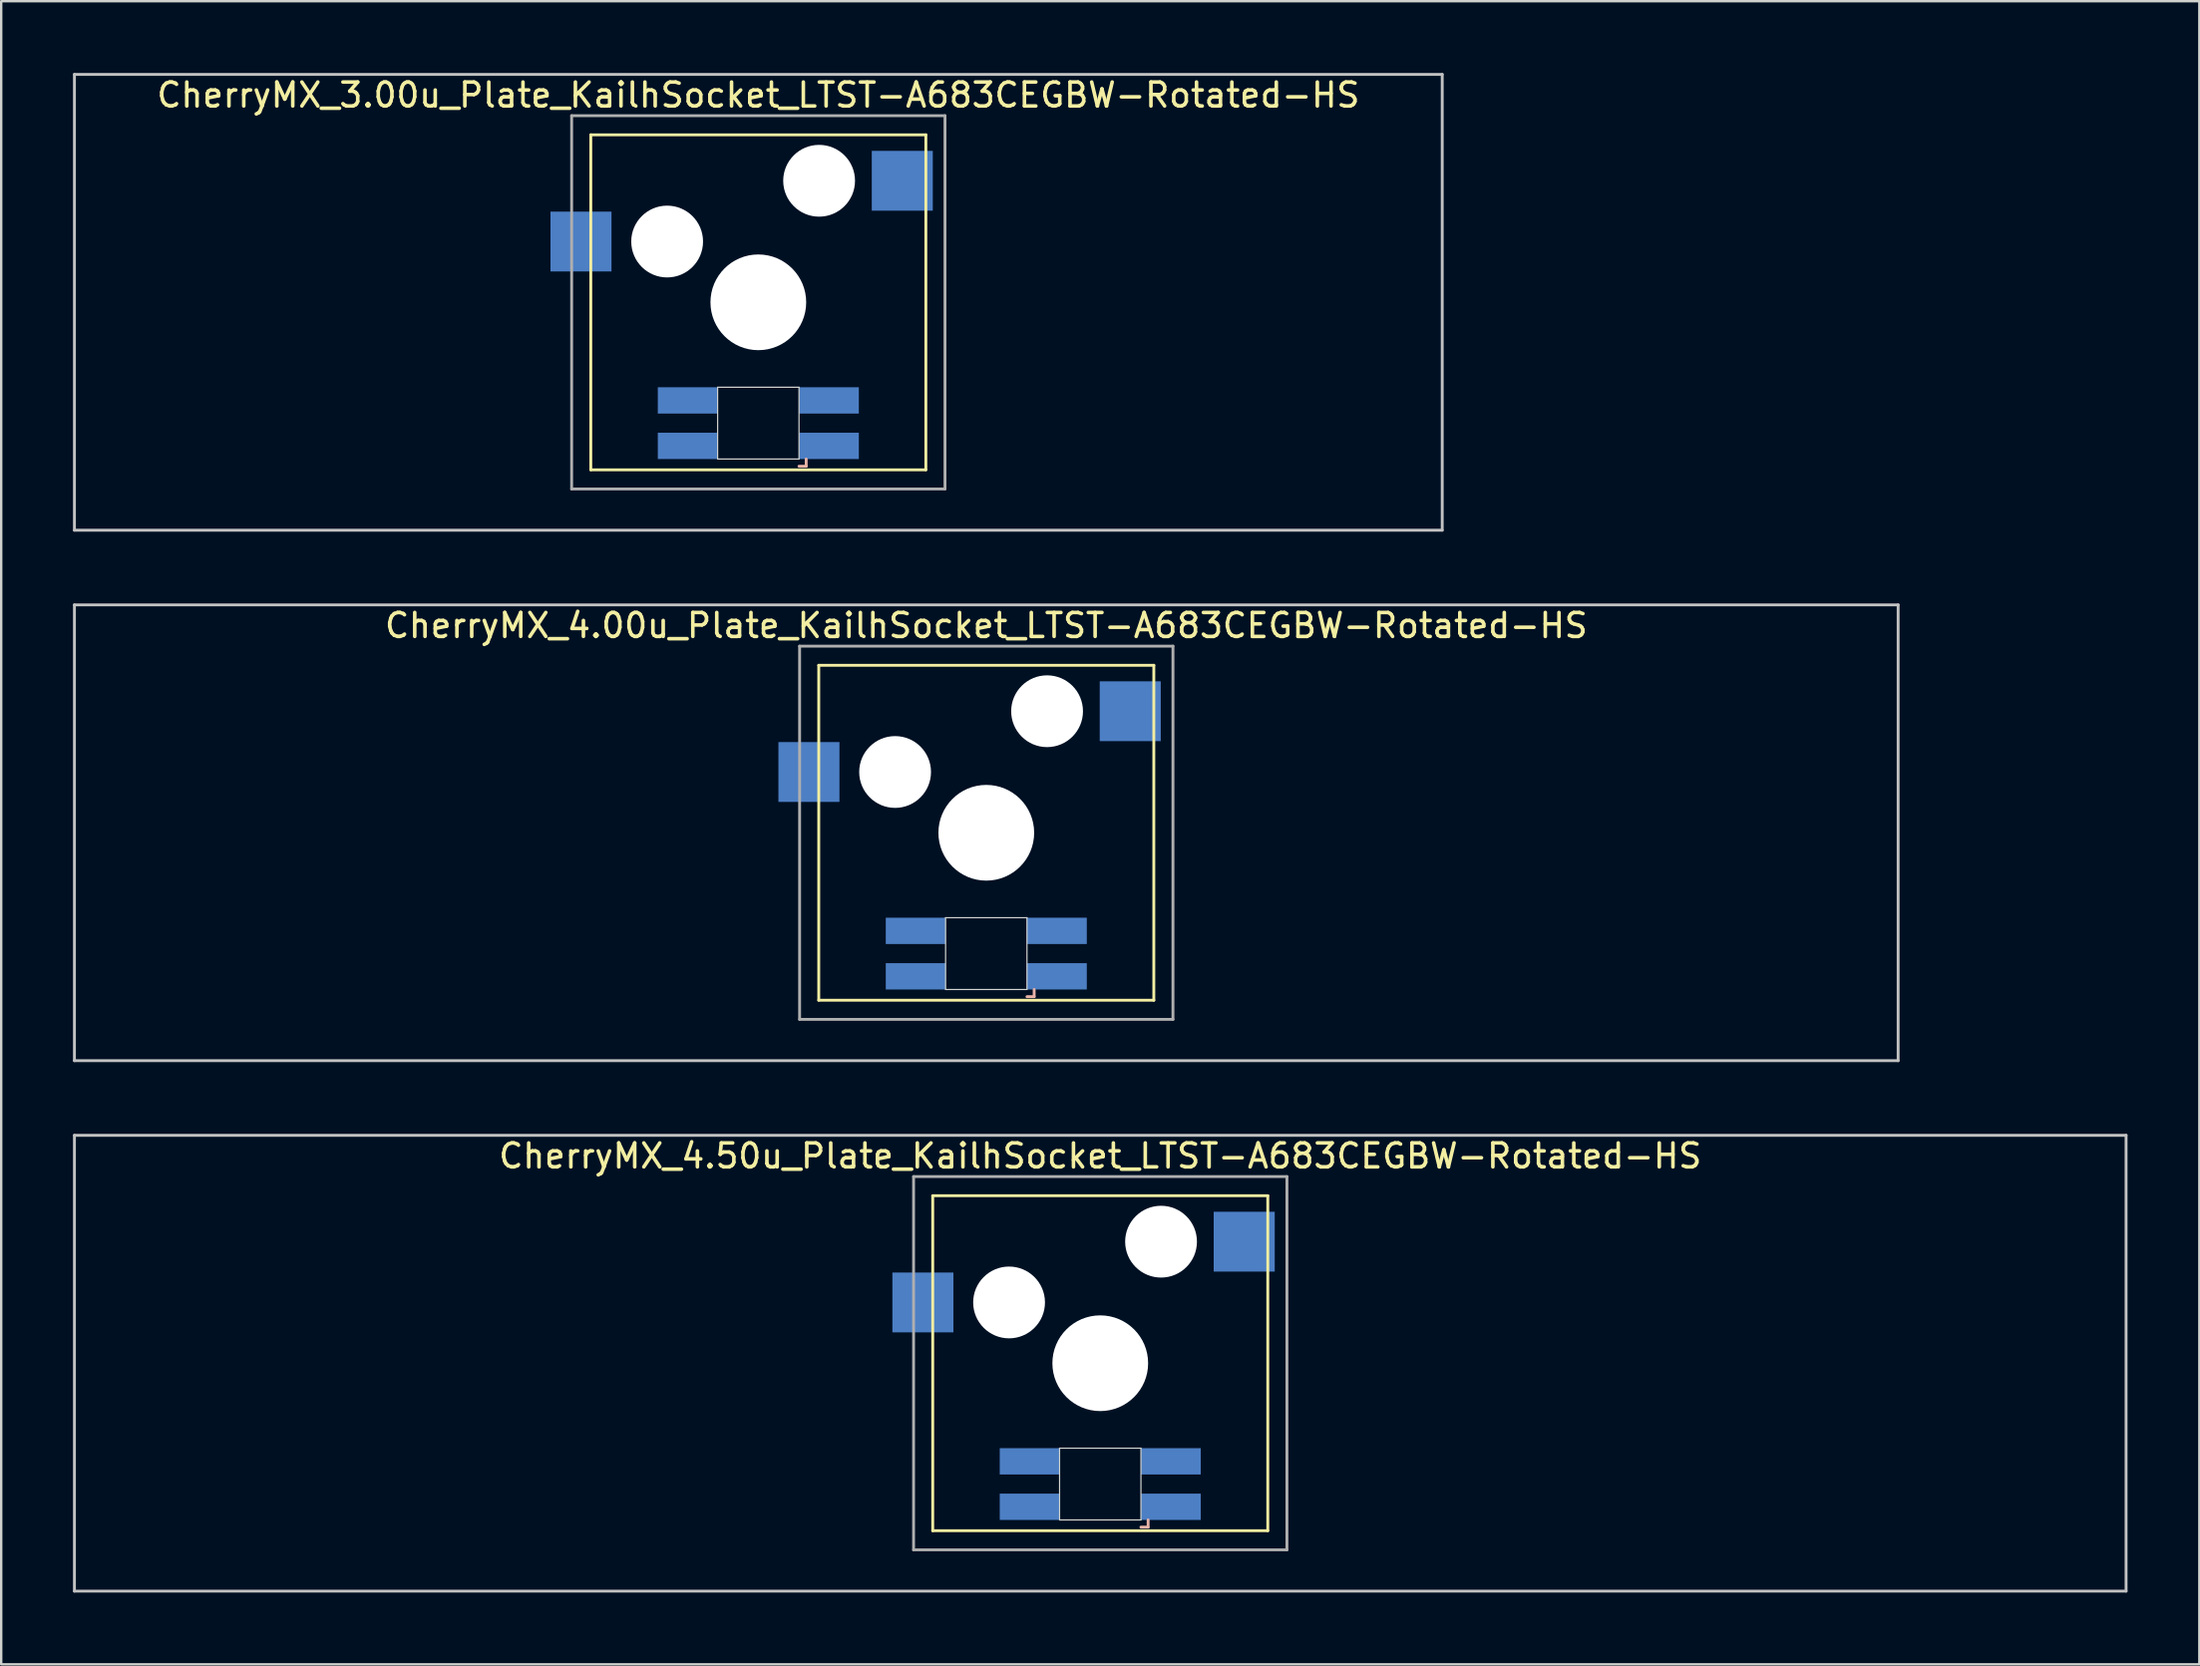
<source format=kicad_pcb>
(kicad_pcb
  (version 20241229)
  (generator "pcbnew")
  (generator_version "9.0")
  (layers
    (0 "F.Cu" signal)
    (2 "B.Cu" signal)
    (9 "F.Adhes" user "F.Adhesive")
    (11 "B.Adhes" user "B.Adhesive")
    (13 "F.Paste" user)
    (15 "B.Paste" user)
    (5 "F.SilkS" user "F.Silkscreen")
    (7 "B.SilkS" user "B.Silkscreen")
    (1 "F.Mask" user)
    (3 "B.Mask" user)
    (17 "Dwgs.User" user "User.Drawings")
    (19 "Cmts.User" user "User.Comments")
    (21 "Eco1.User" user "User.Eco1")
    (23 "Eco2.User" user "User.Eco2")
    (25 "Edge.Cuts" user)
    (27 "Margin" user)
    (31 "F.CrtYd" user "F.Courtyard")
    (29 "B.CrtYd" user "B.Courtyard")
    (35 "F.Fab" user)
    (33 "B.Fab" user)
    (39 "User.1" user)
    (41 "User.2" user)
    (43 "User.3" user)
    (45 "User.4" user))
  (footprint "CherryMX_3.00u_Plate_KailhSocket_LTST-A683CEGBW-Rotated-HS"
    (layer "F.Cu")
    (at 28.635 9.585)
    (property "Reference" "CherryMX_3.00u_Plate_KailhSocket_LTST-A683CEGBW-Rotated-HS" (at 0 -8.662 0) (layer "F.SilkS") (effects (font (size 1 1) (thickness 0.15))))
    (attr through_hole)
    (fp_line (start -7 -7) (end -7 7) (stroke (width 0.12) (type solid)) (layer "F.SilkS"))
    (fp_line (start -7 -7) (end 7 -7) (stroke (width 0.12) (type solid)) (layer "F.SilkS"))
    (fp_line (start 7 -7) (end 7 7) (stroke (width 0.12) (type solid)) (layer "F.SilkS"))
    (fp_line (start 7 7) (end -7 7) (stroke (width 0.12) (type solid)) (layer "F.SilkS"))
    (fp_line (start 1.7 6.85) (end 2 6.85) (stroke (width 0.12) (type solid)) (layer "B.SilkS"))
    (fp_line (start 2 6.85) (end 2 6.55) (stroke (width 0.12) (type solid)) (layer "B.SilkS"))
    (fp_line (start -28.575 -9.525) (end 28.575 -9.525) (stroke (width 0.12) (type solid)) (layer "Dwgs.User"))
    (fp_line (start -28.575 9.525) (end -28.575 -9.525) (stroke (width 0.12) (type solid)) (layer "Dwgs.User"))
    (fp_line (start 28.575 -9.525) (end 28.575 9.525) (stroke (width 0.12) (type solid)) (layer "Dwgs.User"))
    (fp_line (start 28.575 9.525) (end -28.575 9.525) (stroke (width 0.12) (type solid)) (layer "Dwgs.User"))
    (fp_line (start -1.7 3.55) (end 1.7 3.55) (stroke (width 0.05) (type solid)) (layer "Edge.Cuts"))
    (fp_line (start -1.7 6.55) (end -1.7 3.55) (stroke (width 0.05) (type solid)) (layer "Edge.Cuts"))
    (fp_line (start 1.7 3.55) (end 1.7 6.55) (stroke (width 0.05) (type solid)) (layer "Edge.Cuts"))
    (fp_line (start 1.7 6.55) (end -1.7 6.55) (stroke (width 0.05) (type solid)) (layer "Edge.Cuts"))
    (fp_line (start -7.8 -7.8) (end -7.8 7.8) (stroke (width 0.12) (type solid)) (layer "F.Fab"))
    (fp_line (start -7.8 -7.8) (end 7.8 -7.8) (stroke (width 0.12) (type solid)) (layer "F.Fab"))
    (fp_line (start -7.8 7.8) (end 7.8 7.8) (stroke (width 0.12) (type solid)) (layer "F.Fab"))
    (fp_line (start 7.8 -7.8) (end 7.8 7.8) (stroke (width 0.12) (type solid)) (layer "F.Fab"))
    (pad "" np_thru_hole circle (at -3.81 -2.54) (size 3 3) (drill 3) (layers "*.Cu" "*.Mask"))
    (pad "" np_thru_hole circle (at 0 0) (size 4 4) (drill 4) (layers "*.Cu" "*.Mask"))
    (pad "" np_thru_hole circle (at 2.54 -5.08) (size 3 3) (drill 3) (layers "*.Cu" "*.Mask"))
    (pad "1" smd rect (at -7.41 -2.54) (size 2.55 2.5) (layers "B.Cu" "B.Mask" "B.Paste"))
    (pad "2" smd rect (at 6.015 -5.08) (size 2.55 2.5) (layers "B.Cu" "B.Mask" "B.Paste"))
    (pad "3" smd rect (at 2.95 6) (size 2.5 1.1) (layers "B.Cu" "B.Mask" "B.Paste"))
    (pad "4" smd rect (at 2.95 4.1) (size 2.5 1.1) (layers "B.Cu" "B.Mask" "B.Paste"))
    (pad "5" smd rect (at -2.95 6) (size 2.5 1.1) (layers "B.Cu" "B.Mask" "B.Paste"))
    (pad "6" smd rect (at -2.95 4.1) (size 2.5 1.1) (layers "B.Cu" "B.Mask" "B.Paste")))
  (footprint "CherryMX_4.00u_Plate_KailhSocket_LTST-A683CEGBW-Rotated-HS"
    (layer "F.Cu")
    (at 38.16 31.755)
    (property "Reference" "CherryMX_4.00u_Plate_KailhSocket_LTST-A683CEGBW-Rotated-HS" (at 0 -8.662 0) (layer "F.SilkS") (effects (font (size 1 1) (thickness 0.15))))
    (attr through_hole)
    (fp_line (start -7 -7) (end -7 7) (stroke (width 0.12) (type solid)) (layer "F.SilkS"))
    (fp_line (start -7 -7) (end 7 -7) (stroke (width 0.12) (type solid)) (layer "F.SilkS"))
    (fp_line (start 7 -7) (end 7 7) (stroke (width 0.12) (type solid)) (layer "F.SilkS"))
    (fp_line (start 7 7) (end -7 7) (stroke (width 0.12) (type solid)) (layer "F.SilkS"))
    (fp_line (start 1.7 6.85) (end 2 6.85) (stroke (width 0.12) (type solid)) (layer "B.SilkS"))
    (fp_line (start 2 6.85) (end 2 6.55) (stroke (width 0.12) (type solid)) (layer "B.SilkS"))
    (fp_line (start -38.1 -9.525) (end 38.1 -9.525) (stroke (width 0.12) (type solid)) (layer "Dwgs.User"))
    (fp_line (start -38.1 9.525) (end -38.1 -9.525) (stroke (width 0.12) (type solid)) (layer "Dwgs.User"))
    (fp_line (start 38.1 -9.525) (end 38.1 9.525) (stroke (width 0.12) (type solid)) (layer "Dwgs.User"))
    (fp_line (start 38.1 9.525) (end -38.1 9.525) (stroke (width 0.12) (type solid)) (layer "Dwgs.User"))
    (fp_line (start -1.7 3.55) (end 1.7 3.55) (stroke (width 0.05) (type solid)) (layer "Edge.Cuts"))
    (fp_line (start -1.7 6.55) (end -1.7 3.55) (stroke (width 0.05) (type solid)) (layer "Edge.Cuts"))
    (fp_line (start 1.7 3.55) (end 1.7 6.55) (stroke (width 0.05) (type solid)) (layer "Edge.Cuts"))
    (fp_line (start 1.7 6.55) (end -1.7 6.55) (stroke (width 0.05) (type solid)) (layer "Edge.Cuts"))
    (fp_line (start -7.8 -7.8) (end -7.8 7.8) (stroke (width 0.12) (type solid)) (layer "F.Fab"))
    (fp_line (start -7.8 -7.8) (end 7.8 -7.8) (stroke (width 0.12) (type solid)) (layer "F.Fab"))
    (fp_line (start -7.8 7.8) (end 7.8 7.8) (stroke (width 0.12) (type solid)) (layer "F.Fab"))
    (fp_line (start 7.8 -7.8) (end 7.8 7.8) (stroke (width 0.12) (type solid)) (layer "F.Fab"))
    (pad "" np_thru_hole circle (at -3.81 -2.54) (size 3 3) (drill 3) (layers "*.Cu" "*.Mask"))
    (pad "" np_thru_hole circle (at 0 0) (size 4 4) (drill 4) (layers "*.Cu" "*.Mask"))
    (pad "" np_thru_hole circle (at 2.54 -5.08) (size 3 3) (drill 3) (layers "*.Cu" "*.Mask"))
    (pad "1" smd rect (at -7.41 -2.54) (size 2.55 2.5) (layers "B.Cu" "B.Mask" "B.Paste"))
    (pad "2" smd rect (at 6.015 -5.08) (size 2.55 2.5) (layers "B.Cu" "B.Mask" "B.Paste"))
    (pad "3" smd rect (at 2.95 6) (size 2.5 1.1) (layers "B.Cu" "B.Mask" "B.Paste"))
    (pad "4" smd rect (at 2.95 4.1) (size 2.5 1.1) (layers "B.Cu" "B.Mask" "B.Paste"))
    (pad "5" smd rect (at -2.95 6) (size 2.5 1.1) (layers "B.Cu" "B.Mask" "B.Paste"))
    (pad "6" smd rect (at -2.95 4.1) (size 2.5 1.1) (layers "B.Cu" "B.Mask" "B.Paste")))
  (footprint "CherryMX_4.50u_Plate_KailhSocket_LTST-A683CEGBW-Rotated-HS"
    (layer "F.Cu")
    (at 42.922 53.925)
    (property "Reference" "CherryMX_4.50u_Plate_KailhSocket_LTST-A683CEGBW-Rotated-HS" (at 0 -8.662 0) (layer "F.SilkS") (effects (font (size 1 1) (thickness 0.15))))
    (attr through_hole)
    (fp_line (start -7 -7) (end -7 7) (stroke (width 0.12) (type solid)) (layer "F.SilkS"))
    (fp_line (start -7 -7) (end 7 -7) (stroke (width 0.12) (type solid)) (layer "F.SilkS"))
    (fp_line (start 7 -7) (end 7 7) (stroke (width 0.12) (type solid)) (layer "F.SilkS"))
    (fp_line (start 7 7) (end -7 7) (stroke (width 0.12) (type solid)) (layer "F.SilkS"))
    (fp_line (start 1.7 6.85) (end 2 6.85) (stroke (width 0.12) (type solid)) (layer "B.SilkS"))
    (fp_line (start 2 6.85) (end 2 6.55) (stroke (width 0.12) (type solid)) (layer "B.SilkS"))
    (fp_line (start -42.862 -9.525) (end 42.862 -9.525) (stroke (width 0.12) (type solid)) (layer "Dwgs.User"))
    (fp_line (start -42.862 9.525) (end -42.862 -9.525) (stroke (width 0.12) (type solid)) (layer "Dwgs.User"))
    (fp_line (start 42.862 -9.525) (end 42.862 9.525) (stroke (width 0.12) (type solid)) (layer "Dwgs.User"))
    (fp_line (start 42.862 9.525) (end -42.862 9.525) (stroke (width 0.12) (type solid)) (layer "Dwgs.User"))
    (fp_line (start -1.7 3.55) (end 1.7 3.55) (stroke (width 0.05) (type solid)) (layer "Edge.Cuts"))
    (fp_line (start -1.7 6.55) (end -1.7 3.55) (stroke (width 0.05) (type solid)) (layer "Edge.Cuts"))
    (fp_line (start 1.7 3.55) (end 1.7 6.55) (stroke (width 0.05) (type solid)) (layer "Edge.Cuts"))
    (fp_line (start 1.7 6.55) (end -1.7 6.55) (stroke (width 0.05) (type solid)) (layer "Edge.Cuts"))
    (fp_line (start -7.8 -7.8) (end -7.8 7.8) (stroke (width 0.12) (type solid)) (layer "F.Fab"))
    (fp_line (start -7.8 -7.8) (end 7.8 -7.8) (stroke (width 0.12) (type solid)) (layer "F.Fab"))
    (fp_line (start -7.8 7.8) (end 7.8 7.8) (stroke (width 0.12) (type solid)) (layer "F.Fab"))
    (fp_line (start 7.8 -7.8) (end 7.8 7.8) (stroke (width 0.12) (type solid)) (layer "F.Fab"))
    (pad "" np_thru_hole circle (at -3.81 -2.54) (size 3 3) (drill 3) (layers "*.Cu" "*.Mask"))
    (pad "" np_thru_hole circle (at 0 0) (size 4 4) (drill 4) (layers "*.Cu" "*.Mask"))
    (pad "" np_thru_hole circle (at 2.54 -5.08) (size 3 3) (drill 3) (layers "*.Cu" "*.Mask"))
    (pad "1" smd rect (at -7.41 -2.54) (size 2.55 2.5) (layers "B.Cu" "B.Mask" "B.Paste"))
    (pad "2" smd rect (at 6.015 -5.08) (size 2.55 2.5) (layers "B.Cu" "B.Mask" "B.Paste"))
    (pad "3" smd rect (at 2.95 6) (size 2.5 1.1) (layers "B.Cu" "B.Mask" "B.Paste"))
    (pad "4" smd rect (at 2.95 4.1) (size 2.5 1.1) (layers "B.Cu" "B.Mask" "B.Paste"))
    (pad "5" smd rect (at -2.95 6) (size 2.5 1.1) (layers "B.Cu" "B.Mask" "B.Paste"))
    (pad "6" smd rect (at -2.95 4.1) (size 2.5 1.1) (layers "B.Cu" "B.Mask" "B.Paste")))
  (gr_rect
    (start -3 -3)
    (end 88.845 66.51)
    (stroke (width 0.1) (type default))
    (fill no)
    (layer "Edge.Cuts")))
</source>
